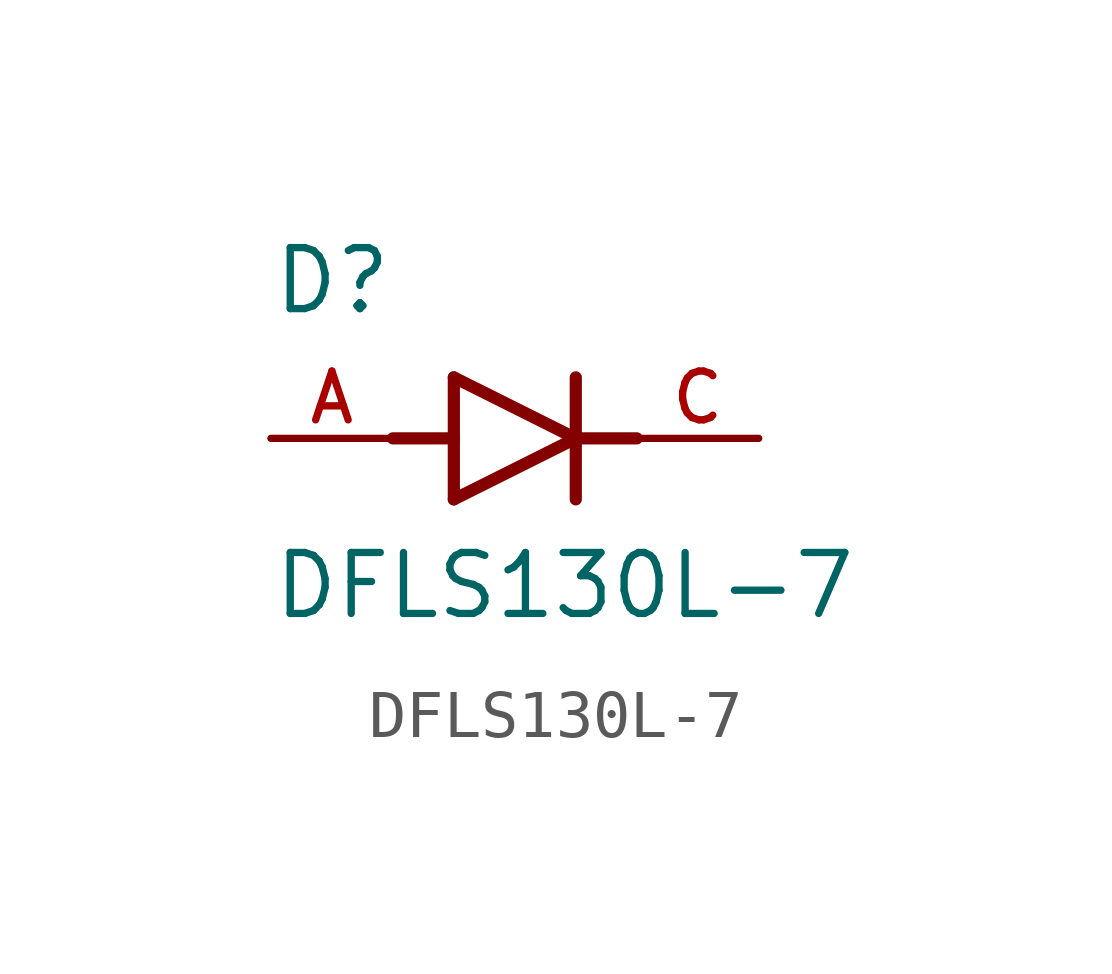
<source format=kicad_sym>
(kicad_symbol_lib
  (version 20211014)
  (generator kicad_symbol_editor)
  (symbol "DFLS130L-7"
    (pin_names
      (offset 1.016))
    (property "Reference" "D"
      (at -5.08 2.54 0)
      (effects (font (size 1.27 1.27)) (justify bottom left)))
    (property "Value" "DFLS130L-7"
      (at -5.08 -3.81 0)
      (effects (font (size 1.27 1.27)) (justify bottom left)))
    (symbol "DFLS130L-7_0_0"
      (polyline (pts (xy -1.27 -1.27) (xy 1.27 0.0)) (stroke (width 0.254)))
      (polyline (pts (xy 1.27 0.0) (xy -1.27 1.27)) (stroke (width 0.254)))
      (polyline (pts (xy 1.27 1.27) (xy 1.27 0.0)) (stroke (width 0.254)))
      (polyline (pts (xy -1.27 1.27) (xy -1.27 0.0)) (stroke (width 0.254)))
      (polyline (pts (xy -1.27 0.0) (xy -1.27 -1.27)) (stroke (width 0.254)))
      (polyline (pts (xy 1.27 0.0) (xy 1.27 -1.27)) (stroke (width 0.254)))
      (polyline (pts (xy -2.54 0.0) (xy -1.27 0.0)) (stroke (width 0.254)))
      (polyline (pts (xy 1.27 0.0) (xy 2.54 0.0)) (stroke (width 0.254)))
      (pin passive line (at 5.08 0.0 180.0) (length 2.54) (name "~" (effects (font (size 1.016 1.016)))) (number "C" (effects (font (size 1.016 1.016)))))
      (pin passive line (at -5.08 0.0 0) (length 2.54) (name "~" (effects (font (size 1.016 1.016)))) (number "A" (effects (font (size 1.016 1.016))))))))
</source>
